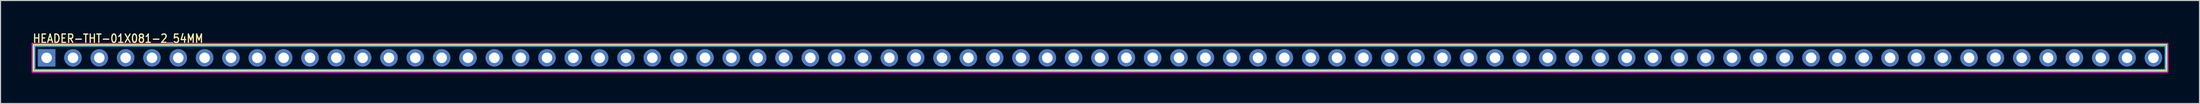
<source format=kicad_pcb>
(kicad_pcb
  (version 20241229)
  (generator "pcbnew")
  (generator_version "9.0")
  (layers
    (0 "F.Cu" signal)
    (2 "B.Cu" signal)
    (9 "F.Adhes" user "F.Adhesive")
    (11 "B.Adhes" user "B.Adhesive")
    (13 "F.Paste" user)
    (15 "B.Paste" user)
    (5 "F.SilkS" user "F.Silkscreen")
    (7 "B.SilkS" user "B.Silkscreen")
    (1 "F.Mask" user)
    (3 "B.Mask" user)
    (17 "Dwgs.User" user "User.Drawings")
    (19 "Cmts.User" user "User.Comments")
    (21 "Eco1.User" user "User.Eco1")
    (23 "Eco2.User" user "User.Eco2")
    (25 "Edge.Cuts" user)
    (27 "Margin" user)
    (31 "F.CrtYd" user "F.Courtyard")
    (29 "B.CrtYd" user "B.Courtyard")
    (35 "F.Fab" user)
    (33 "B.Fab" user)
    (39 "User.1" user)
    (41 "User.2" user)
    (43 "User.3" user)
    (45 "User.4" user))
  (footprint "HEADER-THT-01X081-2_54MM"
    (layer "F.Cu")
    (at 1.447 2.579)
    (property "Reference" "HEADER-THT-01X081-2_54MM" (at -1.4 -1.4 0) (unlocked yes) (layer "F.SilkS") (effects (font (size 0.813 0.695) (thickness 0.122)) (justify left bottom)))
    (fp_line (start -1.27 -1.27) (end -1.27 1.27) (stroke (width 0.127) (type solid)) (layer "F.SilkS"))
    (fp_line (start -1.27 1.27) (end 204.47 1.27) (stroke (width 0.127) (type solid)) (layer "F.SilkS"))
    (fp_line (start 204.47 -1.27) (end -1.27 -1.27) (stroke (width 0.127) (type solid)) (layer "F.SilkS"))
    (fp_line (start 204.47 1.27) (end 204.47 -1.27) (stroke (width 0.127) (type solid)) (layer "F.SilkS"))
    (fp_poly (pts (xy -1.143 -1.143) (xy 204.343 -1.143) (xy 204.343 1.143) (xy -1.143 1.143)) (stroke (width 0.1) (type solid)) (fill no) (layer "B.CrtYd"))
    (fp_poly (pts (xy -1.397 -1.397) (xy 204.597 -1.397) (xy 204.597 1.397) (xy -1.397 1.397)) (stroke (width 0.1) (type solid)) (fill no) (layer "F.CrtYd"))
    (pad "P$1" thru_hole rect (at 0 0) (size 1.693 1.693) (drill 1.016) (layers "*.Cu" "*.Mask"))
    (pad "P$2" thru_hole oval (at 2.54 0) (size 1.693 1.693) (drill 1.016) (layers "*.Cu" "*.Mask"))
    (pad "P$3" thru_hole oval (at 5.08 0) (size 1.693 1.693) (drill 1.016) (layers "*.Cu" "*.Mask"))
    (pad "P$4" thru_hole oval (at 7.62 0) (size 1.693 1.693) (drill 1.016) (layers "*.Cu" "*.Mask"))
    (pad "P$5" thru_hole oval (at 10.16 0) (size 1.693 1.693) (drill 1.016) (layers "*.Cu" "*.Mask"))
    (pad "P$6" thru_hole oval (at 12.7 0) (size 1.693 1.693) (drill 1.016) (layers "*.Cu" "*.Mask"))
    (pad "P$7" thru_hole oval (at 15.24 0) (size 1.693 1.693) (drill 1.016) (layers "*.Cu" "*.Mask"))
    (pad "P$8" thru_hole oval (at 17.78 0) (size 1.693 1.693) (drill 1.016) (layers "*.Cu" "*.Mask"))
    (pad "P$9" thru_hole oval (at 20.32 0) (size 1.693 1.693) (drill 1.016) (layers "*.Cu" "*.Mask"))
    (pad "P$10" thru_hole oval (at 22.86 0) (size 1.693 1.693) (drill 1.016) (layers "*.Cu" "*.Mask"))
    (pad "P$11" thru_hole oval (at 25.4 0) (size 1.693 1.693) (drill 1.016) (layers "*.Cu" "*.Mask"))
    (pad "P$12" thru_hole oval (at 27.94 0) (size 1.693 1.693) (drill 1.016) (layers "*.Cu" "*.Mask"))
    (pad "P$13" thru_hole oval (at 30.48 0) (size 1.693 1.693) (drill 1.016) (layers "*.Cu" "*.Mask"))
    (pad "P$14" thru_hole oval (at 33.02 0) (size 1.693 1.693) (drill 1.016) (layers "*.Cu" "*.Mask"))
    (pad "P$15" thru_hole oval (at 35.56 0) (size 1.693 1.693) (drill 1.016) (layers "*.Cu" "*.Mask"))
    (pad "P$16" thru_hole oval (at 38.1 0) (size 1.693 1.693) (drill 1.016) (layers "*.Cu" "*.Mask"))
    (pad "P$17" thru_hole oval (at 40.64 0) (size 1.693 1.693) (drill 1.016) (layers "*.Cu" "*.Mask"))
    (pad "P$18" thru_hole oval (at 43.18 0) (size 1.693 1.693) (drill 1.016) (layers "*.Cu" "*.Mask"))
    (pad "P$19" thru_hole oval (at 45.72 0) (size 1.693 1.693) (drill 1.016) (layers "*.Cu" "*.Mask"))
    (pad "P$20" thru_hole oval (at 48.26 0) (size 1.693 1.693) (drill 1.016) (layers "*.Cu" "*.Mask"))
    (pad "P$21" thru_hole oval (at 50.8 0) (size 1.693 1.693) (drill 1.016) (layers "*.Cu" "*.Mask"))
    (pad "P$22" thru_hole oval (at 53.34 0) (size 1.693 1.693) (drill 1.016) (layers "*.Cu" "*.Mask"))
    (pad "P$23" thru_hole oval (at 55.88 0) (size 1.693 1.693) (drill 1.016) (layers "*.Cu" "*.Mask"))
    (pad "P$24" thru_hole oval (at 58.42 0) (size 1.693 1.693) (drill 1.016) (layers "*.Cu" "*.Mask"))
    (pad "P$25" thru_hole oval (at 60.96 0) (size 1.693 1.693) (drill 1.016) (layers "*.Cu" "*.Mask"))
    (pad "P$26" thru_hole oval (at 63.5 0) (size 1.693 1.693) (drill 1.016) (layers "*.Cu" "*.Mask"))
    (pad "P$27" thru_hole oval (at 66.04 0) (size 1.693 1.693) (drill 1.016) (layers "*.Cu" "*.Mask"))
    (pad "P$28" thru_hole oval (at 68.58 0) (size 1.693 1.693) (drill 1.016) (layers "*.Cu" "*.Mask"))
    (pad "P$29" thru_hole oval (at 71.12 0) (size 1.693 1.693) (drill 1.016) (layers "*.Cu" "*.Mask"))
    (pad "P$30" thru_hole oval (at 73.66 0) (size 1.693 1.693) (drill 1.016) (layers "*.Cu" "*.Mask"))
    (pad "P$31" thru_hole oval (at 76.2 0) (size 1.693 1.693) (drill 1.016) (layers "*.Cu" "*.Mask"))
    (pad "P$32" thru_hole oval (at 78.74 0) (size 1.693 1.693) (drill 1.016) (layers "*.Cu" "*.Mask"))
    (pad "P$33" thru_hole oval (at 81.28 0) (size 1.693 1.693) (drill 1.016) (layers "*.Cu" "*.Mask"))
    (pad "P$34" thru_hole oval (at 83.82 0) (size 1.693 1.693) (drill 1.016) (layers "*.Cu" "*.Mask"))
    (pad "P$35" thru_hole oval (at 86.36 0) (size 1.693 1.693) (drill 1.016) (layers "*.Cu" "*.Mask"))
    (pad "P$36" thru_hole oval (at 88.9 0) (size 1.693 1.693) (drill 1.016) (layers "*.Cu" "*.Mask"))
    (pad "P$37" thru_hole oval (at 91.44 0) (size 1.693 1.693) (drill 1.016) (layers "*.Cu" "*.Mask"))
    (pad "P$38" thru_hole oval (at 93.98 0) (size 1.693 1.693) (drill 1.016) (layers "*.Cu" "*.Mask"))
    (pad "P$39" thru_hole oval (at 96.52 0) (size 1.693 1.693) (drill 1.016) (layers "*.Cu" "*.Mask"))
    (pad "P$40" thru_hole oval (at 99.06 0) (size 1.693 1.693) (drill 1.016) (layers "*.Cu" "*.Mask"))
    (pad "P$41" thru_hole oval (at 101.6 0) (size 1.693 1.693) (drill 1.016) (layers "*.Cu" "*.Mask"))
    (pad "P$42" thru_hole oval (at 104.14 0) (size 1.693 1.693) (drill 1.016) (layers "*.Cu" "*.Mask"))
    (pad "P$43" thru_hole oval (at 106.68 0) (size 1.693 1.693) (drill 1.016) (layers "*.Cu" "*.Mask"))
    (pad "P$44" thru_hole oval (at 109.22 0) (size 1.693 1.693) (drill 1.016) (layers "*.Cu" "*.Mask"))
    (pad "P$45" thru_hole oval (at 111.76 0) (size 1.693 1.693) (drill 1.016) (layers "*.Cu" "*.Mask"))
    (pad "P$46" thru_hole oval (at 114.3 0) (size 1.693 1.693) (drill 1.016) (layers "*.Cu" "*.Mask"))
    (pad "P$47" thru_hole oval (at 116.84 0) (size 1.693 1.693) (drill 1.016) (layers "*.Cu" "*.Mask"))
    (pad "P$48" thru_hole oval (at 119.38 0) (size 1.693 1.693) (drill 1.016) (layers "*.Cu" "*.Mask"))
    (pad "P$49" thru_hole oval (at 121.92 0) (size 1.693 1.693) (drill 1.016) (layers "*.Cu" "*.Mask"))
    (pad "P$50" thru_hole oval (at 124.46 0) (size 1.693 1.693) (drill 1.016) (layers "*.Cu" "*.Mask"))
    (pad "P$51" thru_hole oval (at 127 0) (size 1.693 1.693) (drill 1.016) (layers "*.Cu" "*.Mask"))
    (pad "P$52" thru_hole oval (at 129.54 0) (size 1.693 1.693) (drill 1.016) (layers "*.Cu" "*.Mask"))
    (pad "P$53" thru_hole oval (at 132.08 0) (size 1.693 1.693) (drill 1.016) (layers "*.Cu" "*.Mask"))
    (pad "P$54" thru_hole oval (at 134.62 0) (size 1.693 1.693) (drill 1.016) (layers "*.Cu" "*.Mask"))
    (pad "P$55" thru_hole oval (at 137.16 0) (size 1.693 1.693) (drill 1.016) (layers "*.Cu" "*.Mask"))
    (pad "P$56" thru_hole oval (at 139.7 0) (size 1.693 1.693) (drill 1.016) (layers "*.Cu" "*.Mask"))
    (pad "P$57" thru_hole oval (at 142.24 0) (size 1.693 1.693) (drill 1.016) (layers "*.Cu" "*.Mask"))
    (pad "P$58" thru_hole oval (at 144.78 0) (size 1.693 1.693) (drill 1.016) (layers "*.Cu" "*.Mask"))
    (pad "P$59" thru_hole oval (at 147.32 0) (size 1.693 1.693) (drill 1.016) (layers "*.Cu" "*.Mask"))
    (pad "P$60" thru_hole oval (at 149.86 0) (size 1.693 1.693) (drill 1.016) (layers "*.Cu" "*.Mask"))
    (pad "P$61" thru_hole oval (at 152.4 0) (size 1.693 1.693) (drill 1.016) (layers "*.Cu" "*.Mask"))
    (pad "P$62" thru_hole oval (at 154.94 0) (size 1.693 1.693) (drill 1.016) (layers "*.Cu" "*.Mask"))
    (pad "P$63" thru_hole oval (at 157.48 0) (size 1.693 1.693) (drill 1.016) (layers "*.Cu" "*.Mask"))
    (pad "P$64" thru_hole oval (at 160.02 0) (size 1.693 1.693) (drill 1.016) (layers "*.Cu" "*.Mask"))
    (pad "P$65" thru_hole oval (at 162.56 0) (size 1.693 1.693) (drill 1.016) (layers "*.Cu" "*.Mask"))
    (pad "P$66" thru_hole oval (at 165.1 0) (size 1.693 1.693) (drill 1.016) (layers "*.Cu" "*.Mask"))
    (pad "P$67" thru_hole oval (at 167.64 0) (size 1.693 1.693) (drill 1.016) (layers "*.Cu" "*.Mask"))
    (pad "P$68" thru_hole oval (at 170.18 0) (size 1.693 1.693) (drill 1.016) (layers "*.Cu" "*.Mask"))
    (pad "P$69" thru_hole oval (at 172.72 0) (size 1.693 1.693) (drill 1.016) (layers "*.Cu" "*.Mask"))
    (pad "P$70" thru_hole oval (at 175.26 0) (size 1.693 1.693) (drill 1.016) (layers "*.Cu" "*.Mask"))
    (pad "P$71" thru_hole oval (at 177.8 0) (size 1.693 1.693) (drill 1.016) (layers "*.Cu" "*.Mask"))
    (pad "P$72" thru_hole oval (at 180.34 0) (size 1.693 1.693) (drill 1.016) (layers "*.Cu" "*.Mask"))
    (pad "P$73" thru_hole oval (at 182.88 0) (size 1.693 1.693) (drill 1.016) (layers "*.Cu" "*.Mask"))
    (pad "P$74" thru_hole oval (at 185.42 0) (size 1.693 1.693) (drill 1.016) (layers "*.Cu" "*.Mask"))
    (pad "P$75" thru_hole oval (at 187.96 0) (size 1.693 1.693) (drill 1.016) (layers "*.Cu" "*.Mask"))
    (pad "P$76" thru_hole oval (at 190.5 0) (size 1.693 1.693) (drill 1.016) (layers "*.Cu" "*.Mask"))
    (pad "P$77" thru_hole oval (at 193.04 0) (size 1.693 1.693) (drill 1.016) (layers "*.Cu" "*.Mask"))
    (pad "P$78" thru_hole oval (at 195.58 0) (size 1.693 1.693) (drill 1.016) (layers "*.Cu" "*.Mask"))
    (pad "P$79" thru_hole oval (at 198.12 0) (size 1.693 1.693) (drill 1.016) (layers "*.Cu" "*.Mask"))
    (pad "P$80" thru_hole oval (at 200.66 0) (size 1.693 1.693) (drill 1.016) (layers "*.Cu" "*.Mask"))
    (pad "P$81" thru_hole oval (at 203.2 0) (size 1.693 1.693) (drill 1.016) (layers "*.Cu" "*.Mask")))
  (gr_rect
    (start -3 -3)
    (end 209.094 7.026)
    (stroke (width 0.1) (type default))
    (fill no)
    (layer "Edge.Cuts")))
</source>
